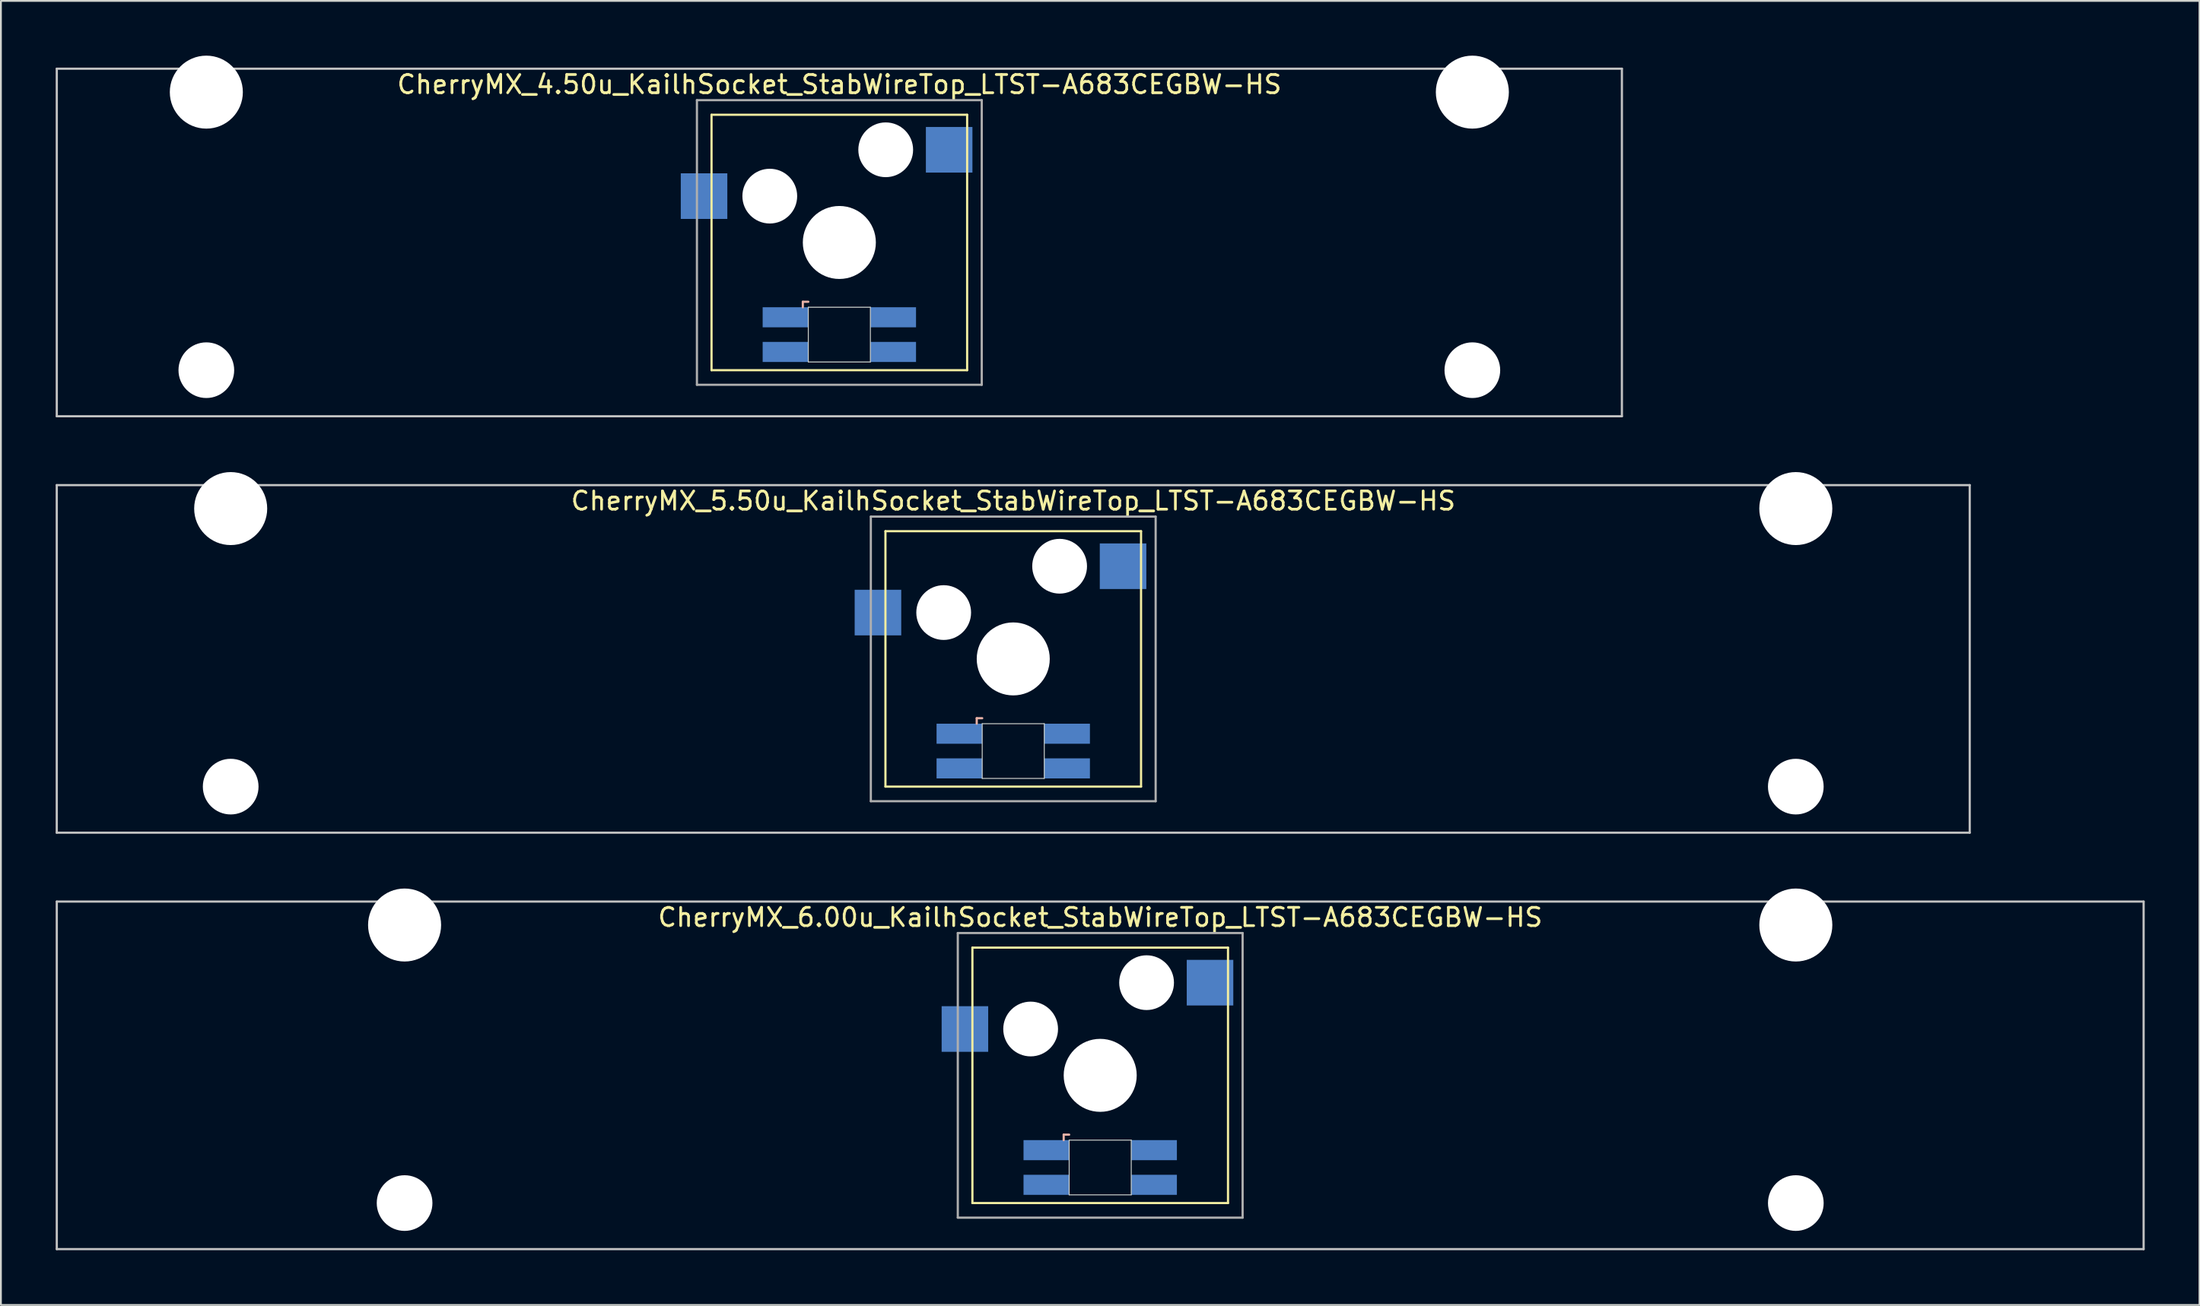
<source format=kicad_pcb>
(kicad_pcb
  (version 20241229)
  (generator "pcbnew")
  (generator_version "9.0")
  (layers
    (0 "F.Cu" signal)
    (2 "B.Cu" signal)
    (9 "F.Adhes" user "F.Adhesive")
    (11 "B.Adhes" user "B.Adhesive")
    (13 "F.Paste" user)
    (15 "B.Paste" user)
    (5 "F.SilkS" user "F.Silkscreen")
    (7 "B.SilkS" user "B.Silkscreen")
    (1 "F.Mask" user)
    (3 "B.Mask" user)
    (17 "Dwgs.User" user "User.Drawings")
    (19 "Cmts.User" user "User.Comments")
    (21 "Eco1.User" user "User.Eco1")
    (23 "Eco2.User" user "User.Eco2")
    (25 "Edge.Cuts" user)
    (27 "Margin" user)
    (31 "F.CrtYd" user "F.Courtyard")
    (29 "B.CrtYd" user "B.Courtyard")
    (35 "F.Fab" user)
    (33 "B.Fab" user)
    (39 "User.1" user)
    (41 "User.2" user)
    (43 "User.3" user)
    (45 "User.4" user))
  (footprint "CherryMX_6.00u_KailhSocket_StabWireTop_LTST-A683CEGBW-HS"
    (layer "F.Cu")
    (at 57.21 55.89)
    (property "Reference" "CherryMX_6.00u_KailhSocket_StabWireTop_LTST-A683CEGBW-HS" (at 0 -8.662 0) (layer "F.SilkS") (effects (font (size 1 1) (thickness 0.15))))
    (attr through_hole)
    (fp_line (start -7 -7) (end -7 7) (stroke (width 0.12) (type solid)) (layer "F.SilkS"))
    (fp_line (start -7 -7) (end 7 -7) (stroke (width 0.12) (type solid)) (layer "F.SilkS"))
    (fp_line (start 7 -7) (end 7 7) (stroke (width 0.12) (type solid)) (layer "F.SilkS"))
    (fp_line (start 7 7) (end -7 7) (stroke (width 0.12) (type solid)) (layer "F.SilkS"))
    (fp_line (start -2 3.25) (end -2 3.55) (stroke (width 0.12) (type solid)) (layer "B.SilkS"))
    (fp_line (start -1.7 3.25) (end -2 3.25) (stroke (width 0.12) (type solid)) (layer "B.SilkS"))
    (fp_line (start -57.15 -9.525) (end 57.15 -9.525) (stroke (width 0.12) (type solid)) (layer "Dwgs.User"))
    (fp_line (start -57.15 9.525) (end -57.15 -9.525) (stroke (width 0.12) (type solid)) (layer "Dwgs.User"))
    (fp_line (start 57.15 -9.525) (end 57.15 9.525) (stroke (width 0.12) (type solid)) (layer "Dwgs.User"))
    (fp_line (start 57.15 9.525) (end -57.15 9.525) (stroke (width 0.12) (type solid)) (layer "Dwgs.User"))
    (fp_line (start -1.7 3.55) (end 1.7 3.55) (stroke (width 0.05) (type solid)) (layer "Edge.Cuts"))
    (fp_line (start -1.7 6.55) (end -1.7 3.55) (stroke (width 0.05) (type solid)) (layer "Edge.Cuts"))
    (fp_line (start 1.7 3.55) (end 1.7 6.55) (stroke (width 0.05) (type solid)) (layer "Edge.Cuts"))
    (fp_line (start 1.7 6.55) (end -1.7 6.55) (stroke (width 0.05) (type solid)) (layer "Edge.Cuts"))
    (fp_line (start -7.8 -7.8) (end -7.8 7.8) (stroke (width 0.12) (type solid)) (layer "F.Fab"))
    (fp_line (start -7.8 -7.8) (end 7.8 -7.8) (stroke (width 0.12) (type solid)) (layer "F.Fab"))
    (fp_line (start -7.8 7.8) (end 7.8 7.8) (stroke (width 0.12) (type solid)) (layer "F.Fab"))
    (fp_line (start 7.8 -7.8) (end 7.8 7.8) (stroke (width 0.12) (type solid)) (layer "F.Fab"))
    (pad "" np_thru_hole circle (at -38.1 -8.24) (size 4 4) (drill 4) (layers "*.Cu" "*.Mask"))
    (pad "" np_thru_hole circle (at -38.1 7) (size 3.05 3.05) (drill 3.05) (layers "*.Cu" "*.Mask"))
    (pad "" np_thru_hole circle (at -3.81 -2.54) (size 3 3) (drill 3) (layers "*.Cu" "*.Mask"))
    (pad "" np_thru_hole circle (at 0 0) (size 4 4) (drill 4) (layers "*.Cu" "*.Mask"))
    (pad "" np_thru_hole circle (at 2.54 -5.08) (size 3 3) (drill 3) (layers "*.Cu" "*.Mask"))
    (pad "" np_thru_hole circle (at 38.1 -8.24) (size 4 4) (drill 4) (layers "*.Cu" "*.Mask"))
    (pad "" np_thru_hole circle (at 38.1 7) (size 3.05 3.05) (drill 3.05) (layers "*.Cu" "*.Mask"))
    (pad "1" smd rect (at -7.41 -2.54) (size 2.55 2.5) (layers "B.Cu" "B.Mask" "B.Paste"))
    (pad "2" smd rect (at 6.015 -5.08) (size 2.55 2.5) (layers "B.Cu" "B.Mask" "B.Paste"))
    (pad "3" smd rect (at -2.95 4.1) (size 2.5 1.1) (layers "B.Cu" "B.Mask" "B.Paste"))
    (pad "4" smd rect (at -2.95 6) (size 2.5 1.1) (layers "B.Cu" "B.Mask" "B.Paste"))
    (pad "5" smd rect (at 2.95 4.1) (size 2.5 1.1) (layers "B.Cu" "B.Mask" "B.Paste"))
    (pad "6" smd rect (at 2.95 6) (size 2.5 1.1) (layers "B.Cu" "B.Mask" "B.Paste")))
  (footprint "CherryMX_5.50u_KailhSocket_StabWireTop_LTST-A683CEGBW-HS"
    (layer "F.Cu")
    (at 52.447 33.065)
    (property "Reference" "CherryMX_5.50u_KailhSocket_StabWireTop_LTST-A683CEGBW-HS" (at 0 -8.662 0) (layer "F.SilkS") (effects (font (size 1 1) (thickness 0.15))))
    (attr through_hole)
    (fp_line (start -7 -7) (end -7 7) (stroke (width 0.12) (type solid)) (layer "F.SilkS"))
    (fp_line (start -7 -7) (end 7 -7) (stroke (width 0.12) (type solid)) (layer "F.SilkS"))
    (fp_line (start 7 -7) (end 7 7) (stroke (width 0.12) (type solid)) (layer "F.SilkS"))
    (fp_line (start 7 7) (end -7 7) (stroke (width 0.12) (type solid)) (layer "F.SilkS"))
    (fp_line (start -2 3.25) (end -2 3.55) (stroke (width 0.12) (type solid)) (layer "B.SilkS"))
    (fp_line (start -1.7 3.25) (end -2 3.25) (stroke (width 0.12) (type solid)) (layer "B.SilkS"))
    (fp_line (start -52.388 -9.525) (end 52.388 -9.525) (stroke (width 0.12) (type solid)) (layer "Dwgs.User"))
    (fp_line (start -52.388 9.525) (end -52.388 -9.525) (stroke (width 0.12) (type solid)) (layer "Dwgs.User"))
    (fp_line (start 52.388 -9.525) (end 52.388 9.525) (stroke (width 0.12) (type solid)) (layer "Dwgs.User"))
    (fp_line (start 52.388 9.525) (end -52.388 9.525) (stroke (width 0.12) (type solid)) (layer "Dwgs.User"))
    (fp_line (start -1.7 3.55) (end 1.7 3.55) (stroke (width 0.05) (type solid)) (layer "Edge.Cuts"))
    (fp_line (start -1.7 6.55) (end -1.7 3.55) (stroke (width 0.05) (type solid)) (layer "Edge.Cuts"))
    (fp_line (start 1.7 3.55) (end 1.7 6.55) (stroke (width 0.05) (type solid)) (layer "Edge.Cuts"))
    (fp_line (start 1.7 6.55) (end -1.7 6.55) (stroke (width 0.05) (type solid)) (layer "Edge.Cuts"))
    (fp_line (start -7.8 -7.8) (end -7.8 7.8) (stroke (width 0.12) (type solid)) (layer "F.Fab"))
    (fp_line (start -7.8 -7.8) (end 7.8 -7.8) (stroke (width 0.12) (type solid)) (layer "F.Fab"))
    (fp_line (start -7.8 7.8) (end 7.8 7.8) (stroke (width 0.12) (type solid)) (layer "F.Fab"))
    (fp_line (start 7.8 -7.8) (end 7.8 7.8) (stroke (width 0.12) (type solid)) (layer "F.Fab"))
    (pad "" np_thru_hole circle (at -42.862 -8.24) (size 4 4) (drill 4) (layers "*.Cu" "*.Mask"))
    (pad "" np_thru_hole circle (at -42.862 7) (size 3.05 3.05) (drill 3.05) (layers "*.Cu" "*.Mask"))
    (pad "" np_thru_hole circle (at -3.81 -2.54) (size 3 3) (drill 3) (layers "*.Cu" "*.Mask"))
    (pad "" np_thru_hole circle (at 0 0) (size 4 4) (drill 4) (layers "*.Cu" "*.Mask"))
    (pad "" np_thru_hole circle (at 2.54 -5.08) (size 3 3) (drill 3) (layers "*.Cu" "*.Mask"))
    (pad "" np_thru_hole circle (at 42.862 -8.24) (size 4 4) (drill 4) (layers "*.Cu" "*.Mask"))
    (pad "" np_thru_hole circle (at 42.862 7) (size 3.05 3.05) (drill 3.05) (layers "*.Cu" "*.Mask"))
    (pad "1" smd rect (at -7.41 -2.54) (size 2.55 2.5) (layers "B.Cu" "B.Mask" "B.Paste"))
    (pad "2" smd rect (at 6.015 -5.08) (size 2.55 2.5) (layers "B.Cu" "B.Mask" "B.Paste"))
    (pad "3" smd rect (at -2.95 4.1) (size 2.5 1.1) (layers "B.Cu" "B.Mask" "B.Paste"))
    (pad "4" smd rect (at -2.95 6) (size 2.5 1.1) (layers "B.Cu" "B.Mask" "B.Paste"))
    (pad "5" smd rect (at 2.95 4.1) (size 2.5 1.1) (layers "B.Cu" "B.Mask" "B.Paste"))
    (pad "6" smd rect (at 2.95 6) (size 2.5 1.1) (layers "B.Cu" "B.Mask" "B.Paste")))
  (footprint "CherryMX_4.50u_KailhSocket_StabWireTop_LTST-A683CEGBW-HS"
    (layer "F.Cu")
    (at 42.922 10.24)
    (property "Reference" "CherryMX_4.50u_KailhSocket_StabWireTop_LTST-A683CEGBW-HS" (at 0 -8.662 0) (layer "F.SilkS") (effects (font (size 1 1) (thickness 0.15))))
    (attr through_hole)
    (fp_line (start -7 -7) (end -7 7) (stroke (width 0.12) (type solid)) (layer "F.SilkS"))
    (fp_line (start -7 -7) (end 7 -7) (stroke (width 0.12) (type solid)) (layer "F.SilkS"))
    (fp_line (start 7 -7) (end 7 7) (stroke (width 0.12) (type solid)) (layer "F.SilkS"))
    (fp_line (start 7 7) (end -7 7) (stroke (width 0.12) (type solid)) (layer "F.SilkS"))
    (fp_line (start -2 3.25) (end -2 3.55) (stroke (width 0.12) (type solid)) (layer "B.SilkS"))
    (fp_line (start -1.7 3.25) (end -2 3.25) (stroke (width 0.12) (type solid)) (layer "B.SilkS"))
    (fp_line (start -42.862 -9.525) (end 42.862 -9.525) (stroke (width 0.12) (type solid)) (layer "Dwgs.User"))
    (fp_line (start -42.862 9.525) (end -42.862 -9.525) (stroke (width 0.12) (type solid)) (layer "Dwgs.User"))
    (fp_line (start 42.862 -9.525) (end 42.862 9.525) (stroke (width 0.12) (type solid)) (layer "Dwgs.User"))
    (fp_line (start 42.862 9.525) (end -42.862 9.525) (stroke (width 0.12) (type solid)) (layer "Dwgs.User"))
    (fp_line (start -1.7 3.55) (end 1.7 3.55) (stroke (width 0.05) (type solid)) (layer "Edge.Cuts"))
    (fp_line (start -1.7 6.55) (end -1.7 3.55) (stroke (width 0.05) (type solid)) (layer "Edge.Cuts"))
    (fp_line (start 1.7 3.55) (end 1.7 6.55) (stroke (width 0.05) (type solid)) (layer "Edge.Cuts"))
    (fp_line (start 1.7 6.55) (end -1.7 6.55) (stroke (width 0.05) (type solid)) (layer "Edge.Cuts"))
    (fp_line (start -7.8 -7.8) (end -7.8 7.8) (stroke (width 0.12) (type solid)) (layer "F.Fab"))
    (fp_line (start -7.8 -7.8) (end 7.8 -7.8) (stroke (width 0.12) (type solid)) (layer "F.Fab"))
    (fp_line (start -7.8 7.8) (end 7.8 7.8) (stroke (width 0.12) (type solid)) (layer "F.Fab"))
    (fp_line (start 7.8 -7.8) (end 7.8 7.8) (stroke (width 0.12) (type solid)) (layer "F.Fab"))
    (pad "" np_thru_hole circle (at -34.671 -8.24) (size 4 4) (drill 4) (layers "*.Cu" "*.Mask"))
    (pad "" np_thru_hole circle (at -34.671 7) (size 3.05 3.05) (drill 3.05) (layers "*.Cu" "*.Mask"))
    (pad "" np_thru_hole circle (at -3.81 -2.54) (size 3 3) (drill 3) (layers "*.Cu" "*.Mask"))
    (pad "" np_thru_hole circle (at 0 0) (size 4 4) (drill 4) (layers "*.Cu" "*.Mask"))
    (pad "" np_thru_hole circle (at 2.54 -5.08) (size 3 3) (drill 3) (layers "*.Cu" "*.Mask"))
    (pad "" np_thru_hole circle (at 34.671 -8.24) (size 4 4) (drill 4) (layers "*.Cu" "*.Mask"))
    (pad "" np_thru_hole circle (at 34.671 7) (size 3.05 3.05) (drill 3.05) (layers "*.Cu" "*.Mask"))
    (pad "1" smd rect (at -7.41 -2.54) (size 2.55 2.5) (layers "B.Cu" "B.Mask" "B.Paste"))
    (pad "2" smd rect (at 6.015 -5.08) (size 2.55 2.5) (layers "B.Cu" "B.Mask" "B.Paste"))
    (pad "3" smd rect (at -2.95 4.1) (size 2.5 1.1) (layers "B.Cu" "B.Mask" "B.Paste"))
    (pad "4" smd rect (at -2.95 6) (size 2.5 1.1) (layers "B.Cu" "B.Mask" "B.Paste"))
    (pad "5" smd rect (at 2.95 4.1) (size 2.5 1.1) (layers "B.Cu" "B.Mask" "B.Paste"))
    (pad "6" smd rect (at 2.95 6) (size 2.5 1.1) (layers "B.Cu" "B.Mask" "B.Paste")))
  (gr_rect
    (start -3 -3)
    (end 117.42 68.475)
    (stroke (width 0.1) (type default))
    (fill no)
    (layer "Edge.Cuts")))
</source>
